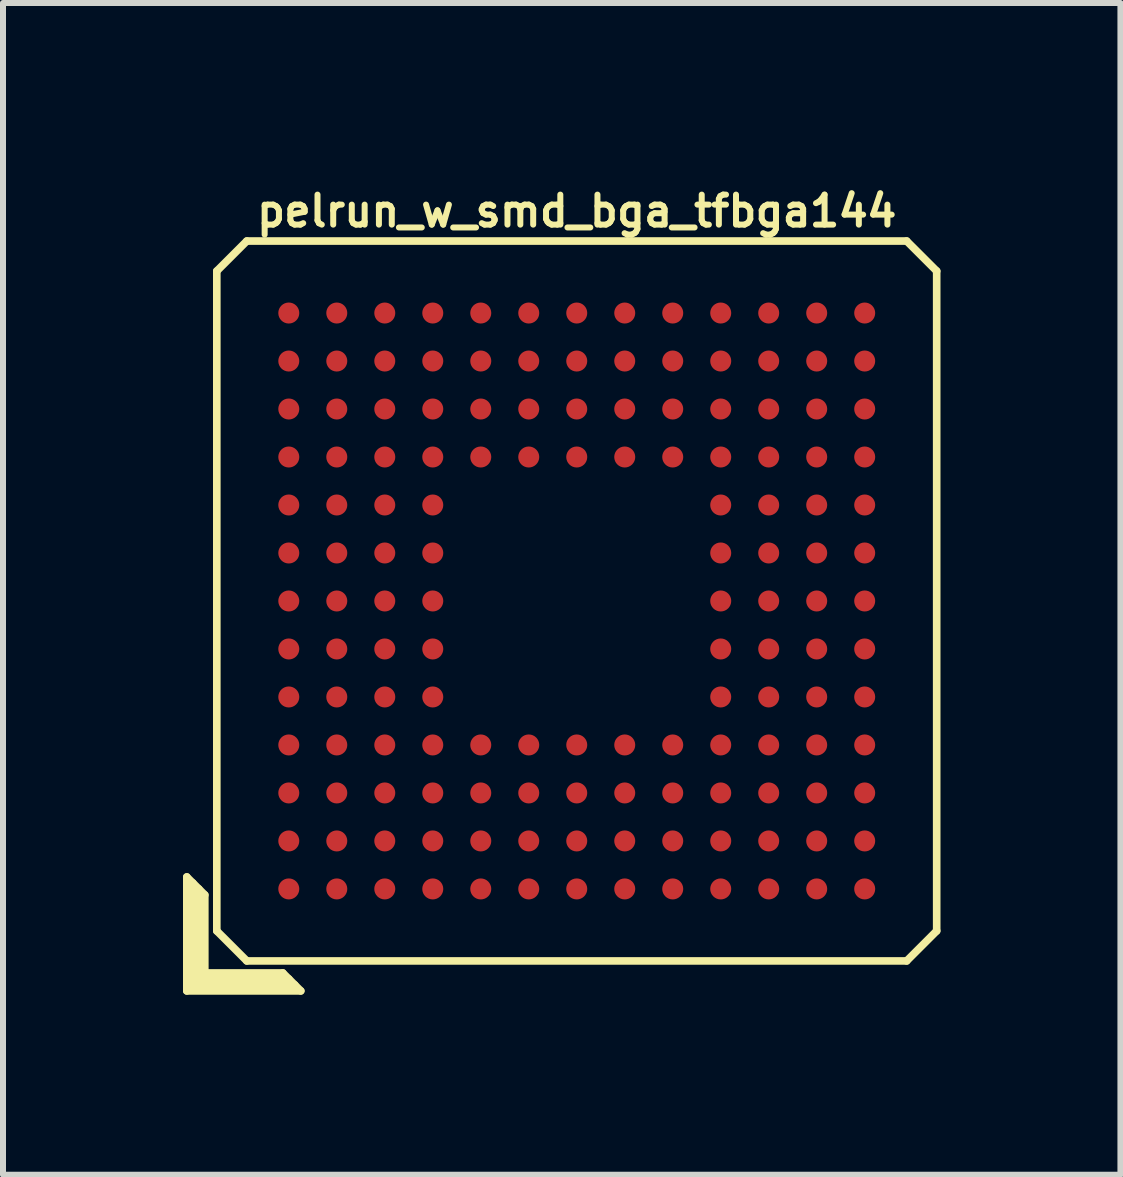
<source format=kicad_pcb>
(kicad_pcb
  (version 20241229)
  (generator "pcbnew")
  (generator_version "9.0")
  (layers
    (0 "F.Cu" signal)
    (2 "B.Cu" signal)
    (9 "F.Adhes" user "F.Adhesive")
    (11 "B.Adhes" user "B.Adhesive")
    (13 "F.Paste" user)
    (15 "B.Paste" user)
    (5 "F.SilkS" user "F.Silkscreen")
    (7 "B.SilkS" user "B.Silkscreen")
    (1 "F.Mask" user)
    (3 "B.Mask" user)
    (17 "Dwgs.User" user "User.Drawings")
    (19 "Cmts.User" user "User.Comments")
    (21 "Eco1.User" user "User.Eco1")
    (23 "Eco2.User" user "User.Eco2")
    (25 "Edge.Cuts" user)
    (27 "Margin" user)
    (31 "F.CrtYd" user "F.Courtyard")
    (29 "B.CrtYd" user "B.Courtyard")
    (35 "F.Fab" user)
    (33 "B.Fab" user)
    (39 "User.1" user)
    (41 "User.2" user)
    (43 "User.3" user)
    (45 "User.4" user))
  (footprint "pelrun_w_smd_bga_tfbga144"
    (layer "F.Cu")
    (at 6.564 6.968)
    (property "Reference" "pelrun_w_smd_bga_tfbga144" (at 0 -6.5 0) (layer "F.SilkS") (effects (font (size 0.5 0.5) (thickness 0.1))))
    (attr through_hole)
    (fp_line (start -6.5 4.6) (end -6.2 4.9) (stroke (width 0.127) (type solid)) (layer "F.SilkS"))
    (fp_line (start -6.5 6.5) (end -6.5 4.6) (stroke (width 0.127) (type solid)) (layer "F.SilkS"))
    (fp_line (start -6.4 6.4) (end -6.4 4.7) (stroke (width 0.127) (type solid)) (layer "F.SilkS"))
    (fp_line (start -6.3 4.8) (end -6.3 6.3) (stroke (width 0.127) (type solid)) (layer "F.SilkS"))
    (fp_line (start -6.3 6.3) (end -4.8 6.3) (stroke (width 0.127) (type solid)) (layer "F.SilkS"))
    (fp_line (start -6.2 4.9) (end -6.2 6.2) (stroke (width 0.127) (type solid)) (layer "F.SilkS"))
    (fp_line (start -6.2 6.2) (end -4.9 6.2) (stroke (width 0.127) (type solid)) (layer "F.SilkS"))
    (fp_line (start -6 -5.5) (end -5.5 -6) (stroke (width 0.127) (type solid)) (layer "F.SilkS"))
    (fp_line (start -6 5.5) (end -6 -5.5) (stroke (width 0.127) (type solid)) (layer "F.SilkS"))
    (fp_line (start -5.5 -6) (end 5.5 -6) (stroke (width 0.127) (type solid)) (layer "F.SilkS"))
    (fp_line (start -5.5 6) (end -6 5.5) (stroke (width 0.127) (type solid)) (layer "F.SilkS"))
    (fp_line (start -4.9 6.2) (end -4.6 6.5) (stroke (width 0.127) (type solid)) (layer "F.SilkS"))
    (fp_line (start -4.7 6.4) (end -6.4 6.4) (stroke (width 0.127) (type solid)) (layer "F.SilkS"))
    (fp_line (start -4.6 6.5) (end -6.5 6.5) (stroke (width 0.127) (type solid)) (layer "F.SilkS"))
    (fp_line (start 5.5 -6) (end 6 -5.5) (stroke (width 0.127) (type solid)) (layer "F.SilkS"))
    (fp_line (start 5.5 6) (end -5.5 6) (stroke (width 0.127) (type solid)) (layer "F.SilkS"))
    (fp_line (start 6 -5.5) (end 6 5.5) (stroke (width 0.127) (type solid)) (layer "F.SilkS"))
    (fp_line (start 6 5.5) (end 5.5 6) (stroke (width 0.127) (type solid)) (layer "F.SilkS"))
    (pad "A1" smd circle (at -4.8 4.8) (size 0.35 0.35) (layers "F.Cu" "F.Mask" "F.Paste"))
    (pad "A2" smd circle (at -4 4.8) (size 0.35 0.35) (layers "F.Cu" "F.Mask" "F.Paste"))
    (pad "A3" smd circle (at -3.2 4.8) (size 0.35 0.35) (layers "F.Cu" "F.Mask" "F.Paste"))
    (pad "A4" smd circle (at -2.4 4.8) (size 0.35 0.35) (layers "F.Cu" "F.Mask" "F.Paste"))
    (pad "A5" smd circle (at -1.6 4.8) (size 0.35 0.35) (layers "F.Cu" "F.Mask" "F.Paste"))
    (pad "A6" smd circle (at -0.8 4.8) (size 0.35 0.35) (layers "F.Cu" "F.Mask" "F.Paste"))
    (pad "A7" smd circle (at 0 4.8) (size 0.35 0.35) (layers "F.Cu" "F.Mask" "F.Paste"))
    (pad "A8" smd circle (at 0.8 4.8) (size 0.35 0.35) (layers "F.Cu" "F.Mask" "F.Paste"))
    (pad "A9" smd circle (at 1.6 4.8) (size 0.35 0.35) (layers "F.Cu" "F.Mask" "F.Paste"))
    (pad "A10" smd circle (at 2.4 4.8) (size 0.35 0.35) (layers "F.Cu" "F.Mask" "F.Paste"))
    (pad "A11" smd circle (at 3.2 4.8) (size 0.35 0.35) (layers "F.Cu" "F.Mask" "F.Paste"))
    (pad "A12" smd circle (at 4 4.8) (size 0.35 0.35) (layers "F.Cu" "F.Mask" "F.Paste"))
    (pad "A13" smd circle (at 4.8 4.8) (size 0.35 0.35) (layers "F.Cu" "F.Mask" "F.Paste"))
    (pad "B1" smd circle (at -4.8 4) (size 0.35 0.35) (layers "F.Cu" "F.Mask" "F.Paste"))
    (pad "B2" smd circle (at -4 4) (size 0.35 0.35) (layers "F.Cu" "F.Mask" "F.Paste"))
    (pad "B3" smd circle (at -3.2 4) (size 0.35 0.35) (layers "F.Cu" "F.Mask" "F.Paste"))
    (pad "B4" smd circle (at -2.4 4) (size 0.35 0.35) (layers "F.Cu" "F.Mask" "F.Paste"))
    (pad "B5" smd circle (at -1.6 4) (size 0.35 0.35) (layers "F.Cu" "F.Mask" "F.Paste"))
    (pad "B6" smd circle (at -0.8 4) (size 0.35 0.35) (layers "F.Cu" "F.Mask" "F.Paste"))
    (pad "B7" smd circle (at 0 4) (size 0.35 0.35) (layers "F.Cu" "F.Mask" "F.Paste"))
    (pad "B8" smd circle (at 0.8 4) (size 0.35 0.35) (layers "F.Cu" "F.Mask" "F.Paste"))
    (pad "B9" smd circle (at 1.6 4) (size 0.35 0.35) (layers "F.Cu" "F.Mask" "F.Paste"))
    (pad "B10" smd circle (at 2.4 4) (size 0.35 0.35) (layers "F.Cu" "F.Mask" "F.Paste"))
    (pad "B11" smd circle (at 3.2 4) (size 0.35 0.35) (layers "F.Cu" "F.Mask" "F.Paste"))
    (pad "B12" smd circle (at 4 4) (size 0.35 0.35) (layers "F.Cu" "F.Mask" "F.Paste"))
    (pad "B13" smd circle (at 4.8 4) (size 0.35 0.35) (layers "F.Cu" "F.Mask" "F.Paste"))
    (pad "C1" smd circle (at -4.8 3.2) (size 0.35 0.35) (layers "F.Cu" "F.Mask" "F.Paste"))
    (pad "C2" smd circle (at -4 3.2) (size 0.35 0.35) (layers "F.Cu" "F.Mask" "F.Paste"))
    (pad "C3" smd circle (at -3.2 3.2) (size 0.35 0.35) (layers "F.Cu" "F.Mask" "F.Paste"))
    (pad "C4" smd circle (at -2.4 3.2) (size 0.35 0.35) (layers "F.Cu" "F.Mask" "F.Paste"))
    (pad "C5" smd circle (at -1.6 3.2) (size 0.35 0.35) (layers "F.Cu" "F.Mask" "F.Paste"))
    (pad "C6" smd circle (at -0.8 3.2) (size 0.35 0.35) (layers "F.Cu" "F.Mask" "F.Paste"))
    (pad "C7" smd circle (at 0 3.2) (size 0.35 0.35) (layers "F.Cu" "F.Mask" "F.Paste"))
    (pad "C8" smd circle (at 0.8 3.2) (size 0.35 0.35) (layers "F.Cu" "F.Mask" "F.Paste"))
    (pad "C9" smd circle (at 1.6 3.2) (size 0.35 0.35) (layers "F.Cu" "F.Mask" "F.Paste"))
    (pad "C10" smd circle (at 2.4 3.2) (size 0.35 0.35) (layers "F.Cu" "F.Mask" "F.Paste"))
    (pad "C11" smd circle (at 3.2 3.2) (size 0.35 0.35) (layers "F.Cu" "F.Mask" "F.Paste"))
    (pad "C12" smd circle (at 4 3.2) (size 0.35 0.35) (layers "F.Cu" "F.Mask" "F.Paste"))
    (pad "C13" smd circle (at 4.8 3.2) (size 0.35 0.35) (layers "F.Cu" "F.Mask" "F.Paste"))
    (pad "D1" smd circle (at -4.8 2.4) (size 0.35 0.35) (layers "F.Cu" "F.Mask" "F.Paste"))
    (pad "D2" smd circle (at -4 2.4) (size 0.35 0.35) (layers "F.Cu" "F.Mask" "F.Paste"))
    (pad "D3" smd circle (at -3.2 2.4) (size 0.35 0.35) (layers "F.Cu" "F.Mask" "F.Paste"))
    (pad "D4" smd circle (at -2.4 2.4) (size 0.35 0.35) (layers "F.Cu" "F.Mask" "F.Paste"))
    (pad "D5" smd circle (at -1.6 2.4) (size 0.35 0.35) (layers "F.Cu" "F.Mask" "F.Paste"))
    (pad "D6" smd circle (at -0.8 2.4) (size 0.35 0.35) (layers "F.Cu" "F.Mask" "F.Paste"))
    (pad "D7" smd circle (at 0 2.4) (size 0.35 0.35) (layers "F.Cu" "F.Mask" "F.Paste"))
    (pad "D8" smd circle (at 0.8 2.4) (size 0.35 0.35) (layers "F.Cu" "F.Mask" "F.Paste"))
    (pad "D9" smd circle (at 1.6 2.4) (size 0.35 0.35) (layers "F.Cu" "F.Mask" "F.Paste"))
    (pad "D10" smd circle (at 2.4 2.4) (size 0.35 0.35) (layers "F.Cu" "F.Mask" "F.Paste"))
    (pad "D11" smd circle (at 3.2 2.4) (size 0.35 0.35) (layers "F.Cu" "F.Mask" "F.Paste"))
    (pad "D12" smd circle (at 4 2.4) (size 0.35 0.35) (layers "F.Cu" "F.Mask" "F.Paste"))
    (pad "D13" smd circle (at 4.8 2.4) (size 0.35 0.35) (layers "F.Cu" "F.Mask" "F.Paste"))
    (pad "E1" smd circle (at -4.8 1.6) (size 0.35 0.35) (layers "F.Cu" "F.Mask" "F.Paste"))
    (pad "E2" smd circle (at -4 1.6) (size 0.35 0.35) (layers "F.Cu" "F.Mask" "F.Paste"))
    (pad "E3" smd circle (at -3.2 1.6) (size 0.35 0.35) (layers "F.Cu" "F.Mask" "F.Paste"))
    (pad "E4" smd circle (at -2.4 1.6) (size 0.35 0.35) (layers "F.Cu" "F.Mask" "F.Paste"))
    (pad "E10" smd circle (at 2.4 1.6) (size 0.35 0.35) (layers "F.Cu" "F.Mask" "F.Paste"))
    (pad "E11" smd circle (at 3.2 1.6) (size 0.35 0.35) (layers "F.Cu" "F.Mask" "F.Paste"))
    (pad "E12" smd circle (at 4 1.6) (size 0.35 0.35) (layers "F.Cu" "F.Mask" "F.Paste"))
    (pad "E13" smd circle (at 4.8 1.6) (size 0.35 0.35) (layers "F.Cu" "F.Mask" "F.Paste"))
    (pad "F1" smd circle (at -4.8 0.8) (size 0.35 0.35) (layers "F.Cu" "F.Mask" "F.Paste"))
    (pad "F2" smd circle (at -4 0.8) (size 0.35 0.35) (layers "F.Cu" "F.Mask" "F.Paste"))
    (pad "F3" smd circle (at -3.2 0.8) (size 0.35 0.35) (layers "F.Cu" "F.Mask" "F.Paste"))
    (pad "F4" smd circle (at -2.4 0.8) (size 0.35 0.35) (layers "F.Cu" "F.Mask" "F.Paste"))
    (pad "F10" smd circle (at 2.4 0.8) (size 0.35 0.35) (layers "F.Cu" "F.Mask" "F.Paste"))
    (pad "F11" smd circle (at 3.2 0.8) (size 0.35 0.35) (layers "F.Cu" "F.Mask" "F.Paste"))
    (pad "F12" smd circle (at 4 0.8) (size 0.35 0.35) (layers "F.Cu" "F.Mask" "F.Paste"))
    (pad "F13" smd circle (at 4.8 0.8) (size 0.35 0.35) (layers "F.Cu" "F.Mask" "F.Paste"))
    (pad "G1" smd circle (at -4.8 0) (size 0.35 0.35) (layers "F.Cu" "F.Mask" "F.Paste"))
    (pad "G2" smd circle (at -4 0) (size 0.35 0.35) (layers "F.Cu" "F.Mask" "F.Paste"))
    (pad "G3" smd circle (at -3.2 0) (size 0.35 0.35) (layers "F.Cu" "F.Mask" "F.Paste"))
    (pad "G4" smd circle (at -2.4 0) (size 0.35 0.35) (layers "F.Cu" "F.Mask" "F.Paste"))
    (pad "G10" smd circle (at 2.4 0) (size 0.35 0.35) (layers "F.Cu" "F.Mask" "F.Paste"))
    (pad "G11" smd circle (at 3.2 0) (size 0.35 0.35) (layers "F.Cu" "F.Mask" "F.Paste"))
    (pad "G12" smd circle (at 4 0) (size 0.35 0.35) (layers "F.Cu" "F.Mask" "F.Paste"))
    (pad "G13" smd circle (at 4.8 0) (size 0.35 0.35) (layers "F.Cu" "F.Mask" "F.Paste"))
    (pad "H1" smd circle (at -4.8 -0.8) (size 0.35 0.35) (layers "F.Cu" "F.Mask" "F.Paste"))
    (pad "H2" smd circle (at -4 -0.8) (size 0.35 0.35) (layers "F.Cu" "F.Mask" "F.Paste"))
    (pad "H3" smd circle (at -3.2 -0.8) (size 0.35 0.35) (layers "F.Cu" "F.Mask" "F.Paste"))
    (pad "H4" smd circle (at -2.4 -0.8) (size 0.35 0.35) (layers "F.Cu" "F.Mask" "F.Paste"))
    (pad "H10" smd circle (at 2.4 -0.8) (size 0.35 0.35) (layers "F.Cu" "F.Mask" "F.Paste"))
    (pad "H11" smd circle (at 3.2 -0.8) (size 0.35 0.35) (layers "F.Cu" "F.Mask" "F.Paste"))
    (pad "H12" smd circle (at 4 -0.8) (size 0.35 0.35) (layers "F.Cu" "F.Mask" "F.Paste"))
    (pad "H13" smd circle (at 4.8 -0.8) (size 0.35 0.35) (layers "F.Cu" "F.Mask" "F.Paste"))
    (pad "J1" smd circle (at -4.8 -1.6) (size 0.35 0.35) (layers "F.Cu" "F.Mask" "F.Paste"))
    (pad "J2" smd circle (at -4 -1.6) (size 0.35 0.35) (layers "F.Cu" "F.Mask" "F.Paste"))
    (pad "J3" smd circle (at -3.2 -1.6) (size 0.35 0.35) (layers "F.Cu" "F.Mask" "F.Paste"))
    (pad "J4" smd circle (at -2.4 -1.6) (size 0.35 0.35) (layers "F.Cu" "F.Mask" "F.Paste"))
    (pad "J10" smd circle (at 2.4 -1.6) (size 0.35 0.35) (layers "F.Cu" "F.Mask" "F.Paste"))
    (pad "J11" smd circle (at 3.2 -1.6) (size 0.35 0.35) (layers "F.Cu" "F.Mask" "F.Paste"))
    (pad "J12" smd circle (at 4 -1.6) (size 0.35 0.35) (layers "F.Cu" "F.Mask" "F.Paste"))
    (pad "J13" smd circle (at 4.8 -1.6) (size 0.35 0.35) (layers "F.Cu" "F.Mask" "F.Paste"))
    (pad "K1" smd circle (at -4.8 -2.4) (size 0.35 0.35) (layers "F.Cu" "F.Mask" "F.Paste"))
    (pad "K2" smd circle (at -4 -2.4) (size 0.35 0.35) (layers "F.Cu" "F.Mask" "F.Paste"))
    (pad "K3" smd circle (at -3.2 -2.4) (size 0.35 0.35) (layers "F.Cu" "F.Mask" "F.Paste"))
    (pad "K4" smd circle (at -2.4 -2.4) (size 0.35 0.35) (layers "F.Cu" "F.Mask" "F.Paste"))
    (pad "K5" smd circle (at -1.6 -2.4) (size 0.35 0.35) (layers "F.Cu" "F.Mask" "F.Paste"))
    (pad "K6" smd circle (at -0.8 -2.4) (size 0.35 0.35) (layers "F.Cu" "F.Mask" "F.Paste"))
    (pad "K7" smd circle (at 0 -2.4) (size 0.35 0.35) (layers "F.Cu" "F.Mask" "F.Paste"))
    (pad "K8" smd circle (at 0.8 -2.4) (size 0.35 0.35) (layers "F.Cu" "F.Mask" "F.Paste"))
    (pad "K9" smd circle (at 1.6 -2.4) (size 0.35 0.35) (layers "F.Cu" "F.Mask" "F.Paste"))
    (pad "K10" smd circle (at 2.4 -2.4) (size 0.35 0.35) (layers "F.Cu" "F.Mask" "F.Paste"))
    (pad "K11" smd circle (at 3.2 -2.4) (size 0.35 0.35) (layers "F.Cu" "F.Mask" "F.Paste"))
    (pad "K12" smd circle (at 4 -2.4) (size 0.35 0.35) (layers "F.Cu" "F.Mask" "F.Paste"))
    (pad "K13" smd circle (at 4.8 -2.4) (size 0.35 0.35) (layers "F.Cu" "F.Mask" "F.Paste"))
    (pad "L1" smd circle (at -4.8 -3.2) (size 0.35 0.35) (layers "F.Cu" "F.Mask" "F.Paste"))
    (pad "L2" smd circle (at -4 -3.2) (size 0.35 0.35) (layers "F.Cu" "F.Mask" "F.Paste"))
    (pad "L3" smd circle (at -3.2 -3.2) (size 0.35 0.35) (layers "F.Cu" "F.Mask" "F.Paste"))
    (pad "L4" smd circle (at -2.4 -3.2) (size 0.35 0.35) (layers "F.Cu" "F.Mask" "F.Paste"))
    (pad "L5" smd circle (at -1.6 -3.2) (size 0.35 0.35) (layers "F.Cu" "F.Mask" "F.Paste"))
    (pad "L6" smd circle (at -0.8 -3.2) (size 0.35 0.35) (layers "F.Cu" "F.Mask" "F.Paste"))
    (pad "L7" smd circle (at 0 -3.2) (size 0.35 0.35) (layers "F.Cu" "F.Mask" "F.Paste"))
    (pad "L8" smd circle (at 0.8 -3.2) (size 0.35 0.35) (layers "F.Cu" "F.Mask" "F.Paste"))
    (pad "L9" smd circle (at 1.6 -3.2) (size 0.35 0.35) (layers "F.Cu" "F.Mask" "F.Paste"))
    (pad "L10" smd circle (at 2.4 -3.2) (size 0.35 0.35) (layers "F.Cu" "F.Mask" "F.Paste"))
    (pad "L11" smd circle (at 3.2 -3.2) (size 0.35 0.35) (layers "F.Cu" "F.Mask" "F.Paste"))
    (pad "L12" smd circle (at 4 -3.2) (size 0.35 0.35) (layers "F.Cu" "F.Mask" "F.Paste"))
    (pad "L13" smd circle (at 4.8 -3.2) (size 0.35 0.35) (layers "F.Cu" "F.Mask" "F.Paste"))
    (pad "M1" smd circle (at -4.8 -4) (size 0.35 0.35) (layers "F.Cu" "F.Mask" "F.Paste"))
    (pad "M2" smd circle (at -4 -4) (size 0.35 0.35) (layers "F.Cu" "F.Mask" "F.Paste"))
    (pad "M3" smd circle (at -3.2 -4) (size 0.35 0.35) (layers "F.Cu" "F.Mask" "F.Paste"))
    (pad "M4" smd circle (at -2.4 -4) (size 0.35 0.35) (layers "F.Cu" "F.Mask" "F.Paste"))
    (pad "M5" smd circle (at -1.6 -4) (size 0.35 0.35) (layers "F.Cu" "F.Mask" "F.Paste"))
    (pad "M6" smd circle (at -0.8 -4) (size 0.35 0.35) (layers "F.Cu" "F.Mask" "F.Paste"))
    (pad "M7" smd circle (at 0 -4) (size 0.35 0.35) (layers "F.Cu" "F.Mask" "F.Paste"))
    (pad "M8" smd circle (at 0.8 -4) (size 0.35 0.35) (layers "F.Cu" "F.Mask" "F.Paste"))
    (pad "M9" smd circle (at 1.6 -4) (size 0.35 0.35) (layers "F.Cu" "F.Mask" "F.Paste"))
    (pad "M10" smd circle (at 2.4 -4) (size 0.35 0.35) (layers "F.Cu" "F.Mask" "F.Paste"))
    (pad "M11" smd circle (at 3.2 -4) (size 0.35 0.35) (layers "F.Cu" "F.Mask" "F.Paste"))
    (pad "M12" smd circle (at 4 -4) (size 0.35 0.35) (layers "F.Cu" "F.Mask" "F.Paste"))
    (pad "M13" smd circle (at 4.8 -4) (size 0.35 0.35) (layers "F.Cu" "F.Mask" "F.Paste"))
    (pad "N1" smd circle (at -4.8 -4.8) (size 0.35 0.35) (layers "F.Cu" "F.Mask" "F.Paste"))
    (pad "N2" smd circle (at -4 -4.8) (size 0.35 0.35) (layers "F.Cu" "F.Mask" "F.Paste"))
    (pad "N3" smd circle (at -3.2 -4.8) (size 0.35 0.35) (layers "F.Cu" "F.Mask" "F.Paste"))
    (pad "N4" smd circle (at -2.4 -4.8) (size 0.35 0.35) (layers "F.Cu" "F.Mask" "F.Paste"))
    (pad "N5" smd circle (at -1.6 -4.8) (size 0.35 0.35) (layers "F.Cu" "F.Mask" "F.Paste"))
    (pad "N6" smd circle (at -0.8 -4.8) (size 0.35 0.35) (layers "F.Cu" "F.Mask" "F.Paste"))
    (pad "N7" smd circle (at 0 -4.8) (size 0.35 0.35) (layers "F.Cu" "F.Mask" "F.Paste"))
    (pad "N8" smd circle (at 0.8 -4.8) (size 0.35 0.35) (layers "F.Cu" "F.Mask" "F.Paste"))
    (pad "N9" smd circle (at 1.6 -4.8) (size 0.35 0.35) (layers "F.Cu" "F.Mask" "F.Paste"))
    (pad "N10" smd circle (at 2.4 -4.8) (size 0.35 0.35) (layers "F.Cu" "F.Mask" "F.Paste"))
    (pad "N11" smd circle (at 3.2 -4.8) (size 0.35 0.35) (layers "F.Cu" "F.Mask" "F.Paste"))
    (pad "N12" smd circle (at 4 -4.8) (size 0.35 0.35) (layers "F.Cu" "F.Mask" "F.Paste"))
    (pad "N13" smd circle (at 4.8 -4.8) (size 0.35 0.35) (layers "F.Cu" "F.Mask" "F.Paste")))
  (gr_rect
    (start -3 -3)
    (end 15.627 16.532)
    (stroke (width 0.1) (type default))
    (fill no)
    (layer "Edge.Cuts")))
</source>
